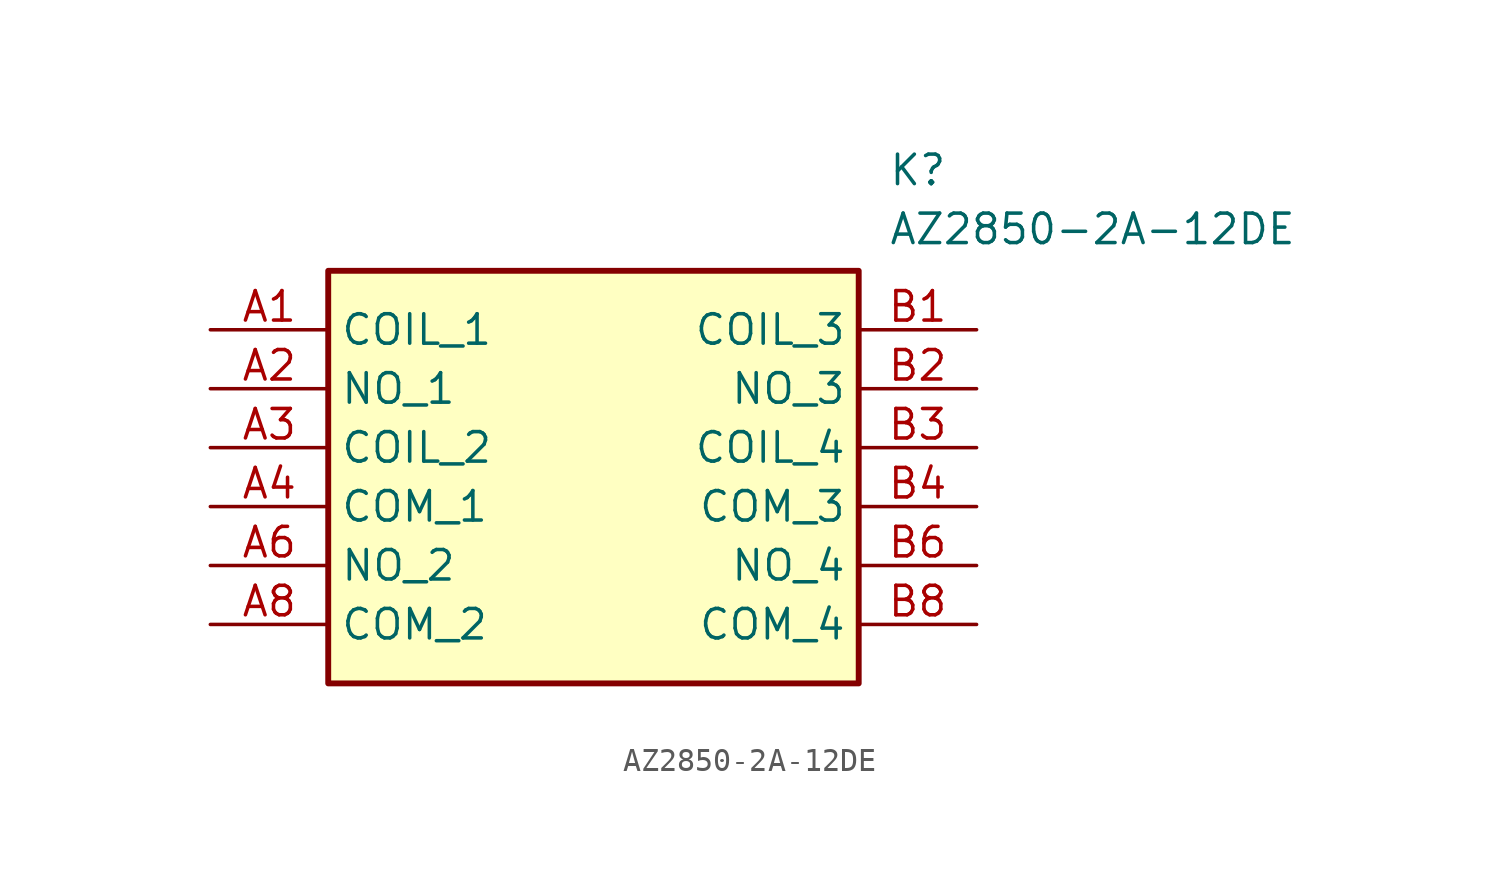
<source format=kicad_sym>
(kicad_symbol_lib
  (version 20211014)
  (generator SamacSys_ECAD_Model)
  (symbol "AZ2850-2A-12DE"
    (property "Reference" "K"
      (at 29.21 7.62 0)
      (effects (font (size 1.27 1.27)) (justify left top)))
    (property "Value" "AZ2850-2A-12DE"
      (at 29.21 5.08 0)
      (effects (font (size 1.27 1.27)) (justify left top)))
    (rectangle
      (start 5.08 2.54)
      (end 27.94 -15.24)
      (stroke (width 0.254) (type default))
      (fill (type background)))
    (pin passive line
      (at 0 0 0)
      (length 5.08)
      (name "COIL_1" (effects (font (size 1.27 1.27))))
      (number "A1" (effects (font (size 1.27 1.27)))))
    (pin passive line
      (at 0 -2.54 0)
      (length 5.08)
      (name "NO_1" (effects (font (size 1.27 1.27))))
      (number "A2" (effects (font (size 1.27 1.27)))))
    (pin passive line
      (at 0 -5.08 0)
      (length 5.08)
      (name "COIL_2" (effects (font (size 1.27 1.27))))
      (number "A3" (effects (font (size 1.27 1.27)))))
    (pin passive line
      (at 0 -7.62 0)
      (length 5.08)
      (name "COM_1" (effects (font (size 1.27 1.27))))
      (number "A4" (effects (font (size 1.27 1.27)))))
    (pin passive line
      (at 0 -10.16 0)
      (length 5.08)
      (name "NO_2" (effects (font (size 1.27 1.27))))
      (number "A6" (effects (font (size 1.27 1.27)))))
    (pin passive line
      (at 0 -12.7 0)
      (length 5.08)
      (name "COM_2" (effects (font (size 1.27 1.27))))
      (number "A8" (effects (font (size 1.27 1.27)))))
    (pin passive line
      (at 33.02 0 180)
      (length 5.08)
      (name "COIL_3" (effects (font (size 1.27 1.27))))
      (number "B1" (effects (font (size 1.27 1.27)))))
    (pin passive line
      (at 33.02 -2.54 180)
      (length 5.08)
      (name "NO_3" (effects (font (size 1.27 1.27))))
      (number "B2" (effects (font (size 1.27 1.27)))))
    (pin passive line
      (at 33.02 -5.08 180)
      (length 5.08)
      (name "COIL_4" (effects (font (size 1.27 1.27))))
      (number "B3" (effects (font (size 1.27 1.27)))))
    (pin passive line
      (at 33.02 -7.62 180)
      (length 5.08)
      (name "COM_3" (effects (font (size 1.27 1.27))))
      (number "B4" (effects (font (size 1.27 1.27)))))
    (pin passive line
      (at 33.02 -10.16 180)
      (length 5.08)
      (name "NO_4" (effects (font (size 1.27 1.27))))
      (number "B6" (effects (font (size 1.27 1.27)))))
    (pin passive line
      (at 33.02 -12.7 180)
      (length 5.08)
      (name "COM_4" (effects (font (size 1.27 1.27))))
      (number "B8" (effects (font (size 1.27 1.27)))))))
</source>
